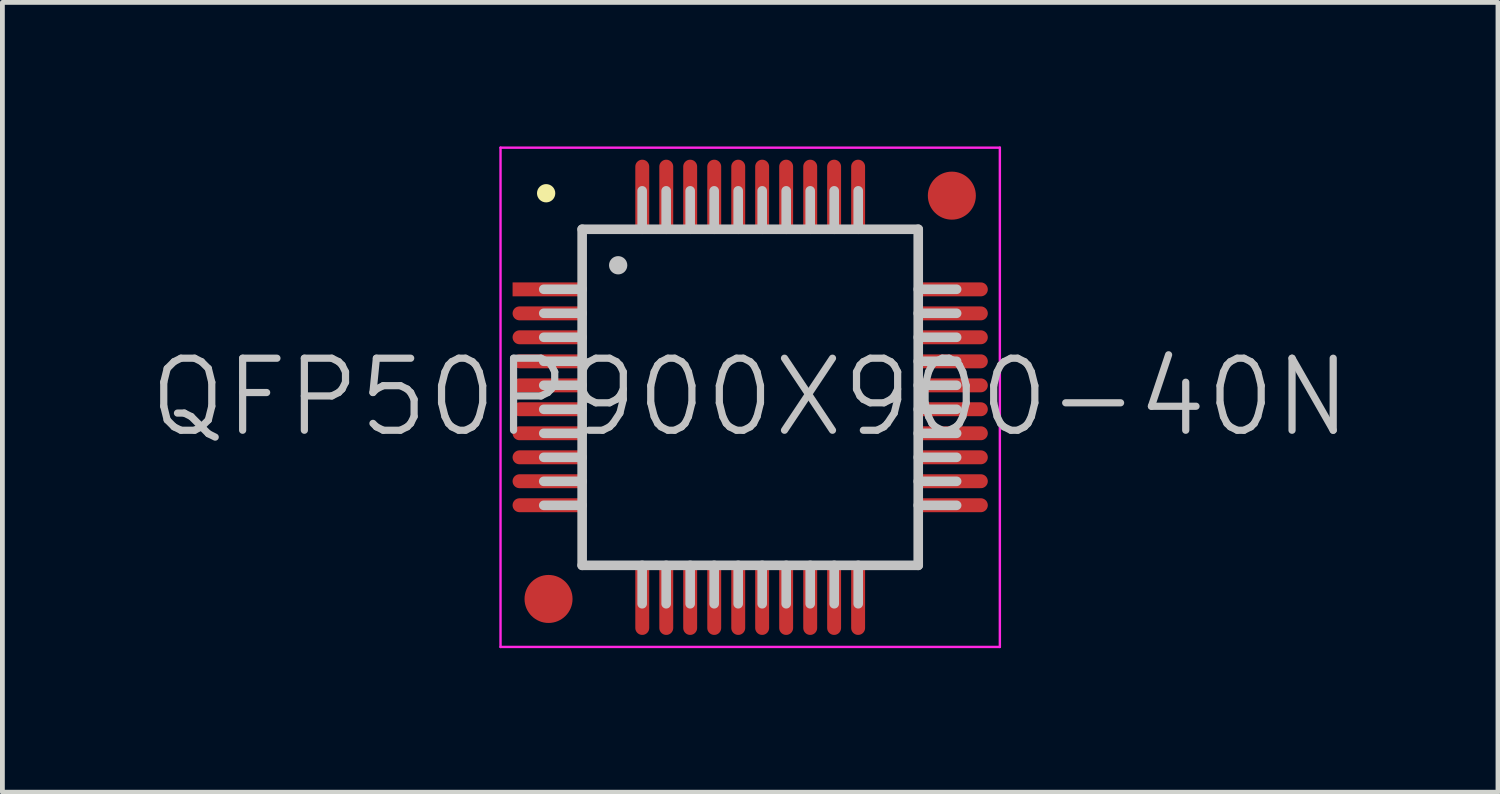
<source format=kicad_pcb>
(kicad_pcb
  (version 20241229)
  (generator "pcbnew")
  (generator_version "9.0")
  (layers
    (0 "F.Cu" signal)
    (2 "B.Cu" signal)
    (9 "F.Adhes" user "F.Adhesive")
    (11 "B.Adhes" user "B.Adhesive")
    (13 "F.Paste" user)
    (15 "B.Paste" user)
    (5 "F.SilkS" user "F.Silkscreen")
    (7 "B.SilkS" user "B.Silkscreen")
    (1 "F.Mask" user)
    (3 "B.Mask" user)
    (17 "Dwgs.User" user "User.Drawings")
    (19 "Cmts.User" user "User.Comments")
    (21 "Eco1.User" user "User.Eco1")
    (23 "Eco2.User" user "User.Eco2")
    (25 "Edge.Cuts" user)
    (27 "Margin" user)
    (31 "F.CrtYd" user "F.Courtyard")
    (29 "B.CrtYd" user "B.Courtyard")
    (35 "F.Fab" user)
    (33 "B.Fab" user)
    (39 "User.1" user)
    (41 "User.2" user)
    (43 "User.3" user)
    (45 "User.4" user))
  (footprint "QFP50P900X900-40N"
    (layer "F.Cu")
    (at 12.575 5.225)
    (property "Reference" "QFP50P900X900-40N" (at 0 0 0) (layer "Dwgs.User") (effects (font (size 1.5 1.5) (thickness 0.15))))
    (attr smd)
    (fp_line (start -4.25 -4.25) (end -4.25 -4.25) (stroke (width 0.381) (type solid)) (layer "F.SilkS"))
    (fp_line (start -3.5 -3.5) (end -3.5 3.5) (stroke (width 0.2) (type solid)) (layer "Dwgs.User"))
    (fp_line (start -3.5 -3.5) (end 3.5 -3.5) (stroke (width 0.2) (type solid)) (layer "Dwgs.User"))
    (fp_line (start -3.5 -2.25) (end -4.3 -2.25) (stroke (width 0.2) (type solid)) (layer "Dwgs.User"))
    (fp_line (start -3.5 -1.75) (end -4.3 -1.75) (stroke (width 0.2) (type solid)) (layer "Dwgs.User"))
    (fp_line (start -3.5 -1.25) (end -4.3 -1.25) (stroke (width 0.2) (type solid)) (layer "Dwgs.User"))
    (fp_line (start -3.5 -0.75) (end -4.3 -0.75) (stroke (width 0.2) (type solid)) (layer "Dwgs.User"))
    (fp_line (start -3.5 -0.25) (end -4.3 -0.25) (stroke (width 0.2) (type solid)) (layer "Dwgs.User"))
    (fp_line (start -3.5 0.25) (end -4.3 0.25) (stroke (width 0.2) (type solid)) (layer "Dwgs.User"))
    (fp_line (start -3.5 0.75) (end -4.3 0.75) (stroke (width 0.2) (type solid)) (layer "Dwgs.User"))
    (fp_line (start -3.5 1.25) (end -4.3 1.25) (stroke (width 0.2) (type solid)) (layer "Dwgs.User"))
    (fp_line (start -3.5 1.75) (end -4.3 1.75) (stroke (width 0.2) (type solid)) (layer "Dwgs.User"))
    (fp_line (start -3.5 2.25) (end -4.3 2.25) (stroke (width 0.2) (type solid)) (layer "Dwgs.User"))
    (fp_line (start -3.5 3.5) (end 3.5 3.5) (stroke (width 0.2) (type solid)) (layer "Dwgs.User"))
    (fp_line (start -2.75 -2.75) (end -2.75 -2.75) (stroke (width 0.381) (type solid)) (layer "Dwgs.User"))
    (fp_line (start -2.25 -3.5) (end -2.25 -4.3) (stroke (width 0.2) (type solid)) (layer "Dwgs.User"))
    (fp_line (start -2.25 4.3) (end -2.25 3.5) (stroke (width 0.2) (type solid)) (layer "Dwgs.User"))
    (fp_line (start -1.75 -3.5) (end -1.75 -4.3) (stroke (width 0.2) (type solid)) (layer "Dwgs.User"))
    (fp_line (start -1.75 4.3) (end -1.75 3.5) (stroke (width 0.2) (type solid)) (layer "Dwgs.User"))
    (fp_line (start -1.25 -3.5) (end -1.25 -4.3) (stroke (width 0.2) (type solid)) (layer "Dwgs.User"))
    (fp_line (start -1.25 4.3) (end -1.25 3.5) (stroke (width 0.2) (type solid)) (layer "Dwgs.User"))
    (fp_line (start -0.75 -3.5) (end -0.75 -4.3) (stroke (width 0.2) (type solid)) (layer "Dwgs.User"))
    (fp_line (start -0.75 4.3) (end -0.75 3.5) (stroke (width 0.2) (type solid)) (layer "Dwgs.User"))
    (fp_line (start -0.25 -3.5) (end -0.25 -4.3) (stroke (width 0.2) (type solid)) (layer "Dwgs.User"))
    (fp_line (start -0.25 4.3) (end -0.25 3.5) (stroke (width 0.2) (type solid)) (layer "Dwgs.User"))
    (fp_line (start 0.25 -3.5) (end 0.25 -4.3) (stroke (width 0.2) (type solid)) (layer "Dwgs.User"))
    (fp_line (start 0.25 4.3) (end 0.25 3.5) (stroke (width 0.2) (type solid)) (layer "Dwgs.User"))
    (fp_line (start 0.75 -3.5) (end 0.75 -4.3) (stroke (width 0.2) (type solid)) (layer "Dwgs.User"))
    (fp_line (start 0.75 4.3) (end 0.75 3.5) (stroke (width 0.2) (type solid)) (layer "Dwgs.User"))
    (fp_line (start 1.25 -3.5) (end 1.25 -4.3) (stroke (width 0.2) (type solid)) (layer "Dwgs.User"))
    (fp_line (start 1.25 4.3) (end 1.25 3.5) (stroke (width 0.2) (type solid)) (layer "Dwgs.User"))
    (fp_line (start 1.75 -3.5) (end 1.75 -4.3) (stroke (width 0.2) (type solid)) (layer "Dwgs.User"))
    (fp_line (start 1.75 4.3) (end 1.75 3.5) (stroke (width 0.2) (type solid)) (layer "Dwgs.User"))
    (fp_line (start 2.25 -3.5) (end 2.25 -4.3) (stroke (width 0.2) (type solid)) (layer "Dwgs.User"))
    (fp_line (start 2.25 4.3) (end 2.25 3.5) (stroke (width 0.2) (type solid)) (layer "Dwgs.User"))
    (fp_line (start 3.5 -3.5) (end 3.5 3.5) (stroke (width 0.2) (type solid)) (layer "Dwgs.User"))
    (fp_line (start 4.3 -2.25) (end 3.5 -2.25) (stroke (width 0.2) (type solid)) (layer "Dwgs.User"))
    (fp_line (start 4.3 -1.75) (end 3.5 -1.75) (stroke (width 0.2) (type solid)) (layer "Dwgs.User"))
    (fp_line (start 4.3 -1.25) (end 3.5 -1.25) (stroke (width 0.2) (type solid)) (layer "Dwgs.User"))
    (fp_line (start 4.3 -0.75) (end 3.5 -0.75) (stroke (width 0.2) (type solid)) (layer "Dwgs.User"))
    (fp_line (start 4.3 -0.25) (end 3.5 -0.25) (stroke (width 0.2) (type solid)) (layer "Dwgs.User"))
    (fp_line (start 4.3 0.25) (end 3.5 0.25) (stroke (width 0.2) (type solid)) (layer "Dwgs.User"))
    (fp_line (start 4.3 0.75) (end 3.5 0.75) (stroke (width 0.2) (type solid)) (layer "Dwgs.User"))
    (fp_line (start 4.3 1.25) (end 3.5 1.25) (stroke (width 0.2) (type solid)) (layer "Dwgs.User"))
    (fp_line (start 4.3 1.75) (end 3.5 1.75) (stroke (width 0.2) (type solid)) (layer "Dwgs.User"))
    (fp_line (start 4.3 2.25) (end 3.5 2.25) (stroke (width 0.2) (type solid)) (layer "Dwgs.User"))
    (fp_line (start -5.2 -5.2) (end -5.2 5.2) (stroke (width 0.05) (type solid)) (layer "F.CrtYd"))
    (fp_line (start -5.2 -5.2) (end 5.2 -5.2) (stroke (width 0.05) (type solid)) (layer "F.CrtYd"))
    (fp_line (start -5.2 5.2) (end 5.2 5.2) (stroke (width 0.05) (type solid)) (layer "F.CrtYd"))
    (fp_line (start 5.2 -5.2) (end 5.2 5.2) (stroke (width 0.05) (type solid)) (layer "F.CrtYd"))
    (pad "" smd circle (at -4.2 4.2) (size 1 1) (layers "F.Cu" "F.Mask"))
    (pad "" smd circle (at 4.2 -4.2) (size 1 1) (layers "F.Cu" "F.Mask"))
    (pad "1" smd rect (at -4.199 -2.248 90) (size 0.29 1.5) (layers "F.Cu" "F.Mask" "F.Paste"))
    (pad "2" smd oval (at -4.199 -1.748 90) (size 0.29 1.5) (layers "F.Cu" "F.Mask" "F.Paste"))
    (pad "3" smd oval (at -4.199 -1.25 90) (size 0.29 1.5) (layers "F.Cu" "F.Mask" "F.Paste"))
    (pad "4" smd oval (at -4.199 -0.749 90) (size 0.29 1.5) (layers "F.Cu" "F.Mask" "F.Paste"))
    (pad "5" smd oval (at -4.199 -0.249 90) (size 0.29 1.5) (layers "F.Cu" "F.Mask" "F.Paste"))
    (pad "6" smd oval (at -4.199 0.249 90) (size 0.29 1.5) (layers "F.Cu" "F.Mask" "F.Paste"))
    (pad "7" smd oval (at -4.199 0.749 90) (size 0.29 1.5) (layers "F.Cu" "F.Mask" "F.Paste"))
    (pad "8" smd oval (at -4.199 1.25 90) (size 0.29 1.5) (layers "F.Cu" "F.Mask" "F.Paste"))
    (pad "9" smd oval (at -4.199 1.748 90) (size 0.29 1.5) (layers "F.Cu" "F.Mask" "F.Paste"))
    (pad "10" smd oval (at -4.199 2.248 90) (size 0.29 1.5) (layers "F.Cu" "F.Mask" "F.Paste"))
    (pad "11" smd oval (at -2.248 4.199 180) (size 0.29 1.5) (layers "F.Cu" "F.Mask" "F.Paste"))
    (pad "12" smd oval (at -1.748 4.199 180) (size 0.29 1.5) (layers "F.Cu" "F.Mask" "F.Paste"))
    (pad "13" smd oval (at -1.25 4.199 180) (size 0.29 1.5) (layers "F.Cu" "F.Mask" "F.Paste"))
    (pad "14" smd oval (at -0.749 4.199 180) (size 0.29 1.5) (layers "F.Cu" "F.Mask" "F.Paste"))
    (pad "15" smd oval (at -0.249 4.199 180) (size 0.29 1.5) (layers "F.Cu" "F.Mask" "F.Paste"))
    (pad "16" smd oval (at 0.249 4.199 180) (size 0.29 1.5) (layers "F.Cu" "F.Mask" "F.Paste"))
    (pad "17" smd oval (at 0.749 4.199 180) (size 0.29 1.5) (layers "F.Cu" "F.Mask" "F.Paste"))
    (pad "18" smd oval (at 1.25 4.199 180) (size 0.29 1.5) (layers "F.Cu" "F.Mask" "F.Paste"))
    (pad "19" smd oval (at 1.748 4.199 180) (size 0.29 1.5) (layers "F.Cu" "F.Mask" "F.Paste"))
    (pad "20" smd oval (at 2.248 4.199 180) (size 0.29 1.5) (layers "F.Cu" "F.Mask" "F.Paste"))
    (pad "21" smd oval (at 4.199 2.248 270) (size 0.29 1.5) (layers "F.Cu" "F.Mask" "F.Paste"))
    (pad "22" smd oval (at 4.199 1.748 270) (size 0.29 1.5) (layers "F.Cu" "F.Mask" "F.Paste"))
    (pad "23" smd oval (at 4.199 1.25 270) (size 0.29 1.5) (layers "F.Cu" "F.Mask" "F.Paste"))
    (pad "24" smd oval (at 4.199 0.749 270) (size 0.29 1.5) (layers "F.Cu" "F.Mask" "F.Paste"))
    (pad "25" smd oval (at 4.199 0.249 270) (size 0.29 1.5) (layers "F.Cu" "F.Mask" "F.Paste"))
    (pad "26" smd oval (at 4.199 -0.249 270) (size 0.29 1.5) (layers "F.Cu" "F.Mask" "F.Paste"))
    (pad "27" smd oval (at 4.199 -0.749 270) (size 0.29 1.5) (layers "F.Cu" "F.Mask" "F.Paste"))
    (pad "28" smd oval (at 4.199 -1.25 270) (size 0.29 1.5) (layers "F.Cu" "F.Mask" "F.Paste"))
    (pad "29" smd oval (at 4.199 -1.748 270) (size 0.29 1.5) (layers "F.Cu" "F.Mask" "F.Paste"))
    (pad "30" smd oval (at 4.199 -2.248 270) (size 0.29 1.5) (layers "F.Cu" "F.Mask" "F.Paste"))
    (pad "31" smd oval (at 2.248 -4.199) (size 0.29 1.5) (layers "F.Cu" "F.Mask" "F.Paste"))
    (pad "32" smd oval (at 1.748 -4.199) (size 0.29 1.5) (layers "F.Cu" "F.Mask" "F.Paste"))
    (pad "33" smd oval (at 1.25 -4.199) (size 0.29 1.5) (layers "F.Cu" "F.Mask" "F.Paste"))
    (pad "34" smd oval (at 0.749 -4.199) (size 0.29 1.5) (layers "F.Cu" "F.Mask" "F.Paste"))
    (pad "35" smd oval (at 0.249 -4.199) (size 0.29 1.5) (layers "F.Cu" "F.Mask" "F.Paste"))
    (pad "36" smd oval (at -0.249 -4.199) (size 0.29 1.5) (layers "F.Cu" "F.Mask" "F.Paste"))
    (pad "37" smd oval (at -0.749 -4.199) (size 0.29 1.5) (layers "F.Cu" "F.Mask" "F.Paste"))
    (pad "38" smd oval (at -1.25 -4.199) (size 0.29 1.5) (layers "F.Cu" "F.Mask" "F.Paste"))
    (pad "39" smd oval (at -1.748 -4.199) (size 0.29 1.5) (layers "F.Cu" "F.Mask" "F.Paste"))
    (pad "40" smd oval (at -2.248 -4.199) (size 0.29 1.5) (layers "F.Cu" "F.Mask" "F.Paste")))
  (gr_rect
    (start -3 -3)
    (end 28.15 13.45)
    (stroke (width 0.1) (type default))
    (fill no)
    (layer "Edge.Cuts")))
</source>
